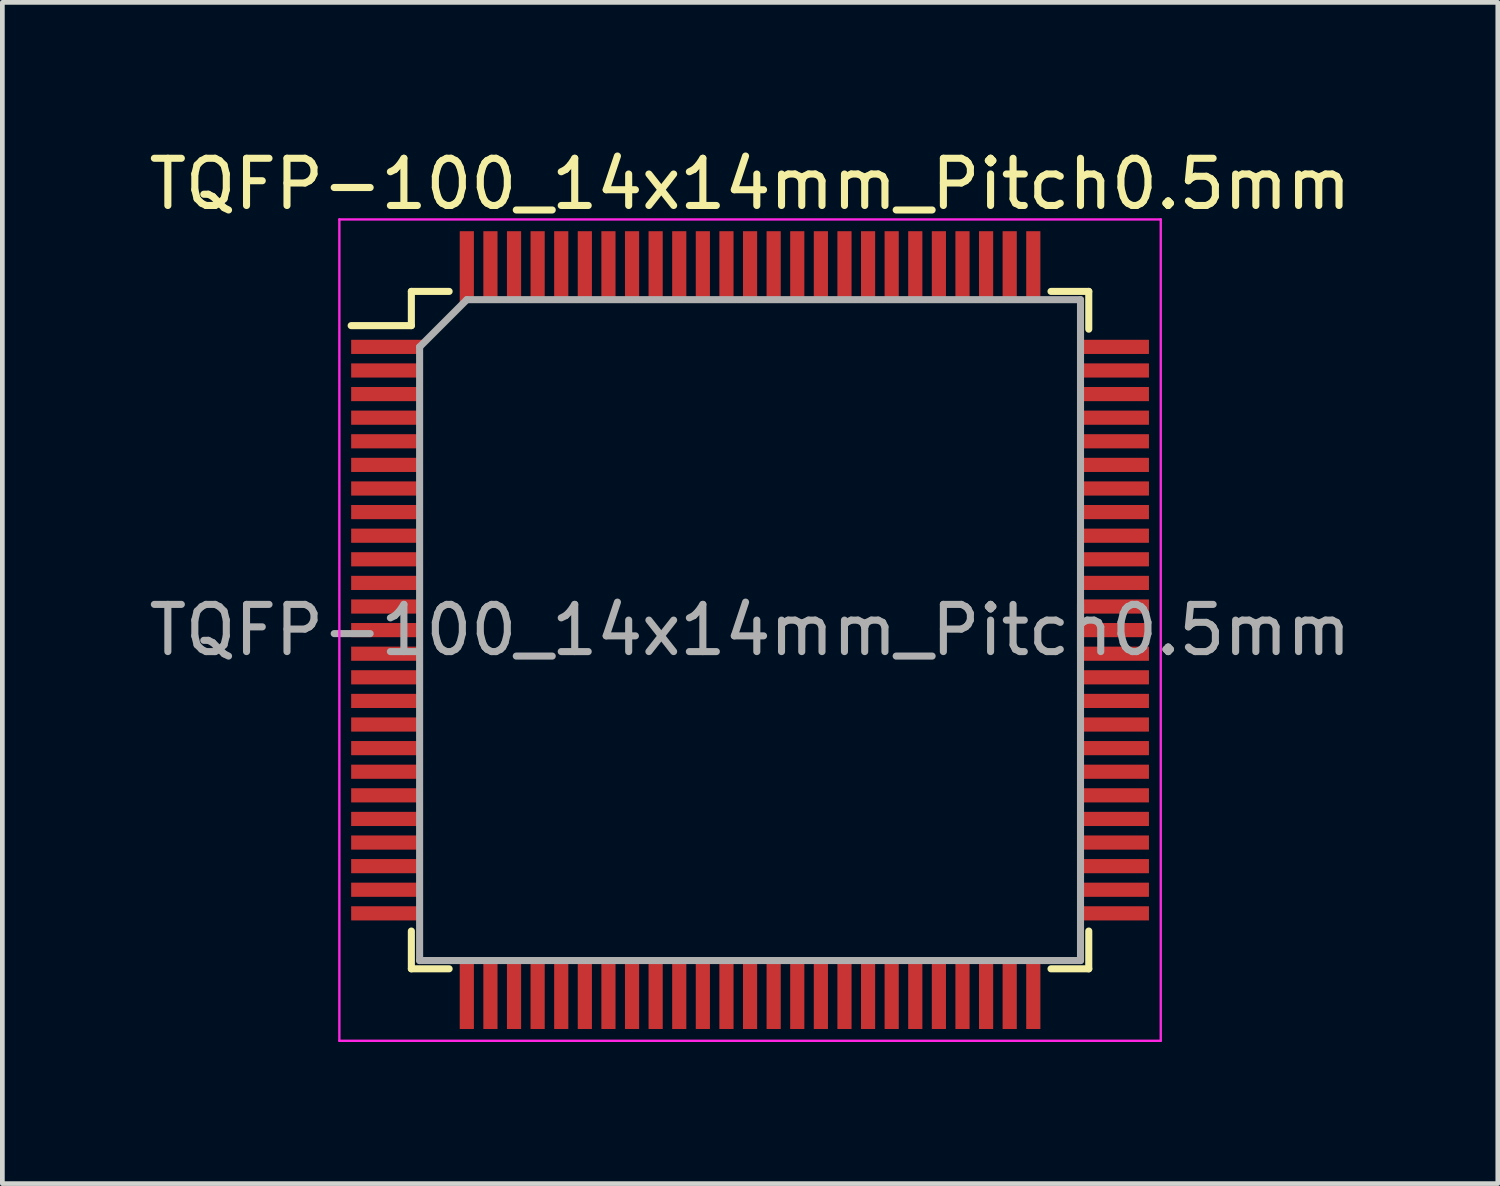
<source format=kicad_pcb>
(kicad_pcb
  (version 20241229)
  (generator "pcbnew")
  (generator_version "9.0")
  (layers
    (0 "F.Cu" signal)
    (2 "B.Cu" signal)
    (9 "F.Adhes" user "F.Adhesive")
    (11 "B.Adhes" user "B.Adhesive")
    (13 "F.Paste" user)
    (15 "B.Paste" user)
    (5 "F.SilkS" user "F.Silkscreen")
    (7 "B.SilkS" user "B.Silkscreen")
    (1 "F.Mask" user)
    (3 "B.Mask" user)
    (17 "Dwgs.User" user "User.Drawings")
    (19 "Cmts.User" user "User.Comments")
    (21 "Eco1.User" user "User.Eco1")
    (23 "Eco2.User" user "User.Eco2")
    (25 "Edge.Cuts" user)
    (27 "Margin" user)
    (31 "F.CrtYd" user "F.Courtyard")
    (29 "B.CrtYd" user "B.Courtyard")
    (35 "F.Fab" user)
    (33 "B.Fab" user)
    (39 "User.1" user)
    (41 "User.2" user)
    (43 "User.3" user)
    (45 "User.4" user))
  (footprint "TQFP-100_14x14mm_Pitch0.5mm"
    (layer "F.Cu")
    (at 12.839 10.298)
    (property "Reference" "TQFP-100_14x14mm_Pitch0.5mm" (at 0 -9.45 0) (layer "F.SilkS") (effects (font (size 1 1) (thickness 0.15))))
    (attr smd)
    (fp_line (start -7.175 -7.175) (end -7.175 -6.45) (stroke (width 0.15) (type solid)) (layer "F.SilkS"))
    (fp_line (start -7.175 -7.175) (end -6.375 -7.175) (stroke (width 0.15) (type solid)) (layer "F.SilkS"))
    (fp_line (start -7.175 -6.45) (end -8.45 -6.45) (stroke (width 0.15) (type solid)) (layer "F.SilkS"))
    (fp_line (start -7.175 7.175) (end -7.175 6.375) (stroke (width 0.15) (type solid)) (layer "F.SilkS"))
    (fp_line (start -7.175 7.175) (end -6.375 7.175) (stroke (width 0.15) (type solid)) (layer "F.SilkS"))
    (fp_line (start 7.175 -7.175) (end 6.375 -7.175) (stroke (width 0.15) (type solid)) (layer "F.SilkS"))
    (fp_line (start 7.175 -7.175) (end 7.175 -6.375) (stroke (width 0.15) (type solid)) (layer "F.SilkS"))
    (fp_line (start 7.175 7.175) (end 6.375 7.175) (stroke (width 0.15) (type solid)) (layer "F.SilkS"))
    (fp_line (start 7.175 7.175) (end 7.175 6.375) (stroke (width 0.15) (type solid)) (layer "F.SilkS"))
    (fp_line (start -8.7 -8.7) (end -8.7 8.7) (stroke (width 0.05) (type solid)) (layer "F.CrtYd"))
    (fp_line (start -8.7 -8.7) (end 8.7 -8.7) (stroke (width 0.05) (type solid)) (layer "F.CrtYd"))
    (fp_line (start -8.7 8.7) (end 8.7 8.7) (stroke (width 0.05) (type solid)) (layer "F.CrtYd"))
    (fp_line (start 8.7 -8.7) (end 8.7 8.7) (stroke (width 0.05) (type solid)) (layer "F.CrtYd"))
    (fp_line (start -7 -6) (end -6 -7) (stroke (width 0.15) (type solid)) (layer "F.Fab"))
    (fp_line (start -7 7) (end -7 -6) (stroke (width 0.15) (type solid)) (layer "F.Fab"))
    (fp_line (start -6 -7) (end 7 -7) (stroke (width 0.15) (type solid)) (layer "F.Fab"))
    (fp_line (start 7 -7) (end 7 7) (stroke (width 0.15) (type solid)) (layer "F.Fab"))
    (fp_line (start 7 7) (end -7 7) (stroke (width 0.15) (type solid)) (layer "F.Fab"))
    (fp_text user "${REFERENCE}" (at 0 0 0) (layer "F.Fab") (effects (font (size 1 1) (thickness 0.15))))
    (pad "1" smd rect (at -7.7 -6) (size 1.5 0.3) (layers "F.Cu" "F.Mask" "F.Paste"))
    (pad "2" smd rect (at -7.7 -5.5) (size 1.5 0.3) (layers "F.Cu" "F.Mask" "F.Paste"))
    (pad "3" smd rect (at -7.7 -5) (size 1.5 0.3) (layers "F.Cu" "F.Mask" "F.Paste"))
    (pad "4" smd rect (at -7.7 -4.5) (size 1.5 0.3) (layers "F.Cu" "F.Mask" "F.Paste"))
    (pad "5" smd rect (at -7.7 -4) (size 1.5 0.3) (layers "F.Cu" "F.Mask" "F.Paste"))
    (pad "6" smd rect (at -7.7 -3.5) (size 1.5 0.3) (layers "F.Cu" "F.Mask" "F.Paste"))
    (pad "7" smd rect (at -7.7 -3) (size 1.5 0.3) (layers "F.Cu" "F.Mask" "F.Paste"))
    (pad "8" smd rect (at -7.7 -2.5) (size 1.5 0.3) (layers "F.Cu" "F.Mask" "F.Paste"))
    (pad "9" smd rect (at -7.7 -2) (size 1.5 0.3) (layers "F.Cu" "F.Mask" "F.Paste"))
    (pad "10" smd rect (at -7.7 -1.5) (size 1.5 0.3) (layers "F.Cu" "F.Mask" "F.Paste"))
    (pad "11" smd rect (at -7.7 -1) (size 1.5 0.3) (layers "F.Cu" "F.Mask" "F.Paste"))
    (pad "12" smd rect (at -7.7 -0.5) (size 1.5 0.3) (layers "F.Cu" "F.Mask" "F.Paste"))
    (pad "13" smd rect (at -7.7 0) (size 1.5 0.3) (layers "F.Cu" "F.Mask" "F.Paste"))
    (pad "14" smd rect (at -7.7 0.5) (size 1.5 0.3) (layers "F.Cu" "F.Mask" "F.Paste"))
    (pad "15" smd rect (at -7.7 1) (size 1.5 0.3) (layers "F.Cu" "F.Mask" "F.Paste"))
    (pad "16" smd rect (at -7.7 1.5) (size 1.5 0.3) (layers "F.Cu" "F.Mask" "F.Paste"))
    (pad "17" smd rect (at -7.7 2) (size 1.5 0.3) (layers "F.Cu" "F.Mask" "F.Paste"))
    (pad "18" smd rect (at -7.7 2.5) (size 1.5 0.3) (layers "F.Cu" "F.Mask" "F.Paste"))
    (pad "19" smd rect (at -7.7 3) (size 1.5 0.3) (layers "F.Cu" "F.Mask" "F.Paste"))
    (pad "20" smd rect (at -7.7 3.5) (size 1.5 0.3) (layers "F.Cu" "F.Mask" "F.Paste"))
    (pad "21" smd rect (at -7.7 4) (size 1.5 0.3) (layers "F.Cu" "F.Mask" "F.Paste"))
    (pad "22" smd rect (at -7.7 4.5) (size 1.5 0.3) (layers "F.Cu" "F.Mask" "F.Paste"))
    (pad "23" smd rect (at -7.7 5) (size 1.5 0.3) (layers "F.Cu" "F.Mask" "F.Paste"))
    (pad "24" smd rect (at -7.7 5.5) (size 1.5 0.3) (layers "F.Cu" "F.Mask" "F.Paste"))
    (pad "25" smd rect (at -7.7 6) (size 1.5 0.3) (layers "F.Cu" "F.Mask" "F.Paste"))
    (pad "26" smd rect (at -6 7.7 90) (size 1.5 0.3) (layers "F.Cu" "F.Mask" "F.Paste"))
    (pad "27" smd rect (at -5.5 7.7 90) (size 1.5 0.3) (layers "F.Cu" "F.Mask" "F.Paste"))
    (pad "28" smd rect (at -5 7.7 90) (size 1.5 0.3) (layers "F.Cu" "F.Mask" "F.Paste"))
    (pad "29" smd rect (at -4.5 7.7 90) (size 1.5 0.3) (layers "F.Cu" "F.Mask" "F.Paste"))
    (pad "30" smd rect (at -4 7.7 90) (size 1.5 0.3) (layers "F.Cu" "F.Mask" "F.Paste"))
    (pad "31" smd rect (at -3.5 7.7 90) (size 1.5 0.3) (layers "F.Cu" "F.Mask" "F.Paste"))
    (pad "32" smd rect (at -3 7.7 90) (size 1.5 0.3) (layers "F.Cu" "F.Mask" "F.Paste"))
    (pad "33" smd rect (at -2.5 7.7 90) (size 1.5 0.3) (layers "F.Cu" "F.Mask" "F.Paste"))
    (pad "34" smd rect (at -2 7.7 90) (size 1.5 0.3) (layers "F.Cu" "F.Mask" "F.Paste"))
    (pad "35" smd rect (at -1.5 7.7 90) (size 1.5 0.3) (layers "F.Cu" "F.Mask" "F.Paste"))
    (pad "36" smd rect (at -1 7.7 90) (size 1.5 0.3) (layers "F.Cu" "F.Mask" "F.Paste"))
    (pad "37" smd rect (at -0.5 7.7 90) (size 1.5 0.3) (layers "F.Cu" "F.Mask" "F.Paste"))
    (pad "38" smd rect (at 0 7.7 90) (size 1.5 0.3) (layers "F.Cu" "F.Mask" "F.Paste"))
    (pad "39" smd rect (at 0.5 7.7 90) (size 1.5 0.3) (layers "F.Cu" "F.Mask" "F.Paste"))
    (pad "40" smd rect (at 1 7.7 90) (size 1.5 0.3) (layers "F.Cu" "F.Mask" "F.Paste"))
    (pad "41" smd rect (at 1.5 7.7 90) (size 1.5 0.3) (layers "F.Cu" "F.Mask" "F.Paste"))
    (pad "42" smd rect (at 2 7.7 90) (size 1.5 0.3) (layers "F.Cu" "F.Mask" "F.Paste"))
    (pad "43" smd rect (at 2.5 7.7 90) (size 1.5 0.3) (layers "F.Cu" "F.Mask" "F.Paste"))
    (pad "44" smd rect (at 3 7.7 90) (size 1.5 0.3) (layers "F.Cu" "F.Mask" "F.Paste"))
    (pad "45" smd rect (at 3.5 7.7 90) (size 1.5 0.3) (layers "F.Cu" "F.Mask" "F.Paste"))
    (pad "46" smd rect (at 4 7.7 90) (size 1.5 0.3) (layers "F.Cu" "F.Mask" "F.Paste"))
    (pad "47" smd rect (at 4.5 7.7 90) (size 1.5 0.3) (layers "F.Cu" "F.Mask" "F.Paste"))
    (pad "48" smd rect (at 5 7.7 90) (size 1.5 0.3) (layers "F.Cu" "F.Mask" "F.Paste"))
    (pad "49" smd rect (at 5.5 7.7 90) (size 1.5 0.3) (layers "F.Cu" "F.Mask" "F.Paste"))
    (pad "50" smd rect (at 6 7.7 90) (size 1.5 0.3) (layers "F.Cu" "F.Mask" "F.Paste"))
    (pad "51" smd rect (at 7.7 6) (size 1.5 0.3) (layers "F.Cu" "F.Mask" "F.Paste"))
    (pad "52" smd rect (at 7.7 5.5) (size 1.5 0.3) (layers "F.Cu" "F.Mask" "F.Paste"))
    (pad "53" smd rect (at 7.7 5) (size 1.5 0.3) (layers "F.Cu" "F.Mask" "F.Paste"))
    (pad "54" smd rect (at 7.7 4.5) (size 1.5 0.3) (layers "F.Cu" "F.Mask" "F.Paste"))
    (pad "55" smd rect (at 7.7 4) (size 1.5 0.3) (layers "F.Cu" "F.Mask" "F.Paste"))
    (pad "56" smd rect (at 7.7 3.5) (size 1.5 0.3) (layers "F.Cu" "F.Mask" "F.Paste"))
    (pad "57" smd rect (at 7.7 3) (size 1.5 0.3) (layers "F.Cu" "F.Mask" "F.Paste"))
    (pad "58" smd rect (at 7.7 2.5) (size 1.5 0.3) (layers "F.Cu" "F.Mask" "F.Paste"))
    (pad "59" smd rect (at 7.7 2) (size 1.5 0.3) (layers "F.Cu" "F.Mask" "F.Paste"))
    (pad "60" smd rect (at 7.7 1.5) (size 1.5 0.3) (layers "F.Cu" "F.Mask" "F.Paste"))
    (pad "61" smd rect (at 7.7 1) (size 1.5 0.3) (layers "F.Cu" "F.Mask" "F.Paste"))
    (pad "62" smd rect (at 7.7 0.5) (size 1.5 0.3) (layers "F.Cu" "F.Mask" "F.Paste"))
    (pad "63" smd rect (at 7.7 0) (size 1.5 0.3) (layers "F.Cu" "F.Mask" "F.Paste"))
    (pad "64" smd rect (at 7.7 -0.5) (size 1.5 0.3) (layers "F.Cu" "F.Mask" "F.Paste"))
    (pad "65" smd rect (at 7.7 -1) (size 1.5 0.3) (layers "F.Cu" "F.Mask" "F.Paste"))
    (pad "66" smd rect (at 7.7 -1.5) (size 1.5 0.3) (layers "F.Cu" "F.Mask" "F.Paste"))
    (pad "67" smd rect (at 7.7 -2) (size 1.5 0.3) (layers "F.Cu" "F.Mask" "F.Paste"))
    (pad "68" smd rect (at 7.7 -2.5) (size 1.5 0.3) (layers "F.Cu" "F.Mask" "F.Paste"))
    (pad "69" smd rect (at 7.7 -3) (size 1.5 0.3) (layers "F.Cu" "F.Mask" "F.Paste"))
    (pad "70" smd rect (at 7.7 -3.5) (size 1.5 0.3) (layers "F.Cu" "F.Mask" "F.Paste"))
    (pad "71" smd rect (at 7.7 -4) (size 1.5 0.3) (layers "F.Cu" "F.Mask" "F.Paste"))
    (pad "72" smd rect (at 7.7 -4.5) (size 1.5 0.3) (layers "F.Cu" "F.Mask" "F.Paste"))
    (pad "73" smd rect (at 7.7 -5) (size 1.5 0.3) (layers "F.Cu" "F.Mask" "F.Paste"))
    (pad "74" smd rect (at 7.7 -5.5) (size 1.5 0.3) (layers "F.Cu" "F.Mask" "F.Paste"))
    (pad "75" smd rect (at 7.7 -6) (size 1.5 0.3) (layers "F.Cu" "F.Mask" "F.Paste"))
    (pad "76" smd rect (at 6 -7.7 90) (size 1.5 0.3) (layers "F.Cu" "F.Mask" "F.Paste"))
    (pad "77" smd rect (at 5.5 -7.7 90) (size 1.5 0.3) (layers "F.Cu" "F.Mask" "F.Paste"))
    (pad "78" smd rect (at 5 -7.7 90) (size 1.5 0.3) (layers "F.Cu" "F.Mask" "F.Paste"))
    (pad "79" smd rect (at 4.5 -7.7 90) (size 1.5 0.3) (layers "F.Cu" "F.Mask" "F.Paste"))
    (pad "80" smd rect (at 4 -7.7 90) (size 1.5 0.3) (layers "F.Cu" "F.Mask" "F.Paste"))
    (pad "81" smd rect (at 3.5 -7.7 90) (size 1.5 0.3) (layers "F.Cu" "F.Mask" "F.Paste"))
    (pad "82" smd rect (at 3 -7.7 90) (size 1.5 0.3) (layers "F.Cu" "F.Mask" "F.Paste"))
    (pad "83" smd rect (at 2.5 -7.7 90) (size 1.5 0.3) (layers "F.Cu" "F.Mask" "F.Paste"))
    (pad "84" smd rect (at 2 -7.7 90) (size 1.5 0.3) (layers "F.Cu" "F.Mask" "F.Paste"))
    (pad "85" smd rect (at 1.5 -7.7 90) (size 1.5 0.3) (layers "F.Cu" "F.Mask" "F.Paste"))
    (pad "86" smd rect (at 1 -7.7 90) (size 1.5 0.3) (layers "F.Cu" "F.Mask" "F.Paste"))
    (pad "87" smd rect (at 0.5 -7.7 90) (size 1.5 0.3) (layers "F.Cu" "F.Mask" "F.Paste"))
    (pad "88" smd rect (at 0 -7.7 90) (size 1.5 0.3) (layers "F.Cu" "F.Mask" "F.Paste"))
    (pad "89" smd rect (at -0.5 -7.7 90) (size 1.5 0.3) (layers "F.Cu" "F.Mask" "F.Paste"))
    (pad "90" smd rect (at -1 -7.7 90) (size 1.5 0.3) (layers "F.Cu" "F.Mask" "F.Paste"))
    (pad "91" smd rect (at -1.5 -7.7 90) (size 1.5 0.3) (layers "F.Cu" "F.Mask" "F.Paste"))
    (pad "92" smd rect (at -2 -7.7 90) (size 1.5 0.3) (layers "F.Cu" "F.Mask" "F.Paste"))
    (pad "93" smd rect (at -2.5 -7.7 90) (size 1.5 0.3) (layers "F.Cu" "F.Mask" "F.Paste"))
    (pad "94" smd rect (at -3 -7.7 90) (size 1.5 0.3) (layers "F.Cu" "F.Mask" "F.Paste"))
    (pad "95" smd rect (at -3.5 -7.7 90) (size 1.5 0.3) (layers "F.Cu" "F.Mask" "F.Paste"))
    (pad "96" smd rect (at -4 -7.7 90) (size 1.5 0.3) (layers "F.Cu" "F.Mask" "F.Paste"))
    (pad "97" smd rect (at -4.5 -7.7 90) (size 1.5 0.3) (layers "F.Cu" "F.Mask" "F.Paste"))
    (pad "98" smd rect (at -5 -7.7 90) (size 1.5 0.3) (layers "F.Cu" "F.Mask" "F.Paste"))
    (pad "99" smd rect (at -5.5 -7.7 90) (size 1.5 0.3) (layers "F.Cu" "F.Mask" "F.Paste"))
    (pad "100" smd rect (at -6 -7.7 90) (size 1.5 0.3) (layers "F.Cu" "F.Mask" "F.Paste")))
  (gr_rect
    (start -3 -3)
    (end 28.679 22.023)
    (stroke (width 0.1) (type default))
    (fill no)
    (layer "Edge.Cuts")))
</source>
